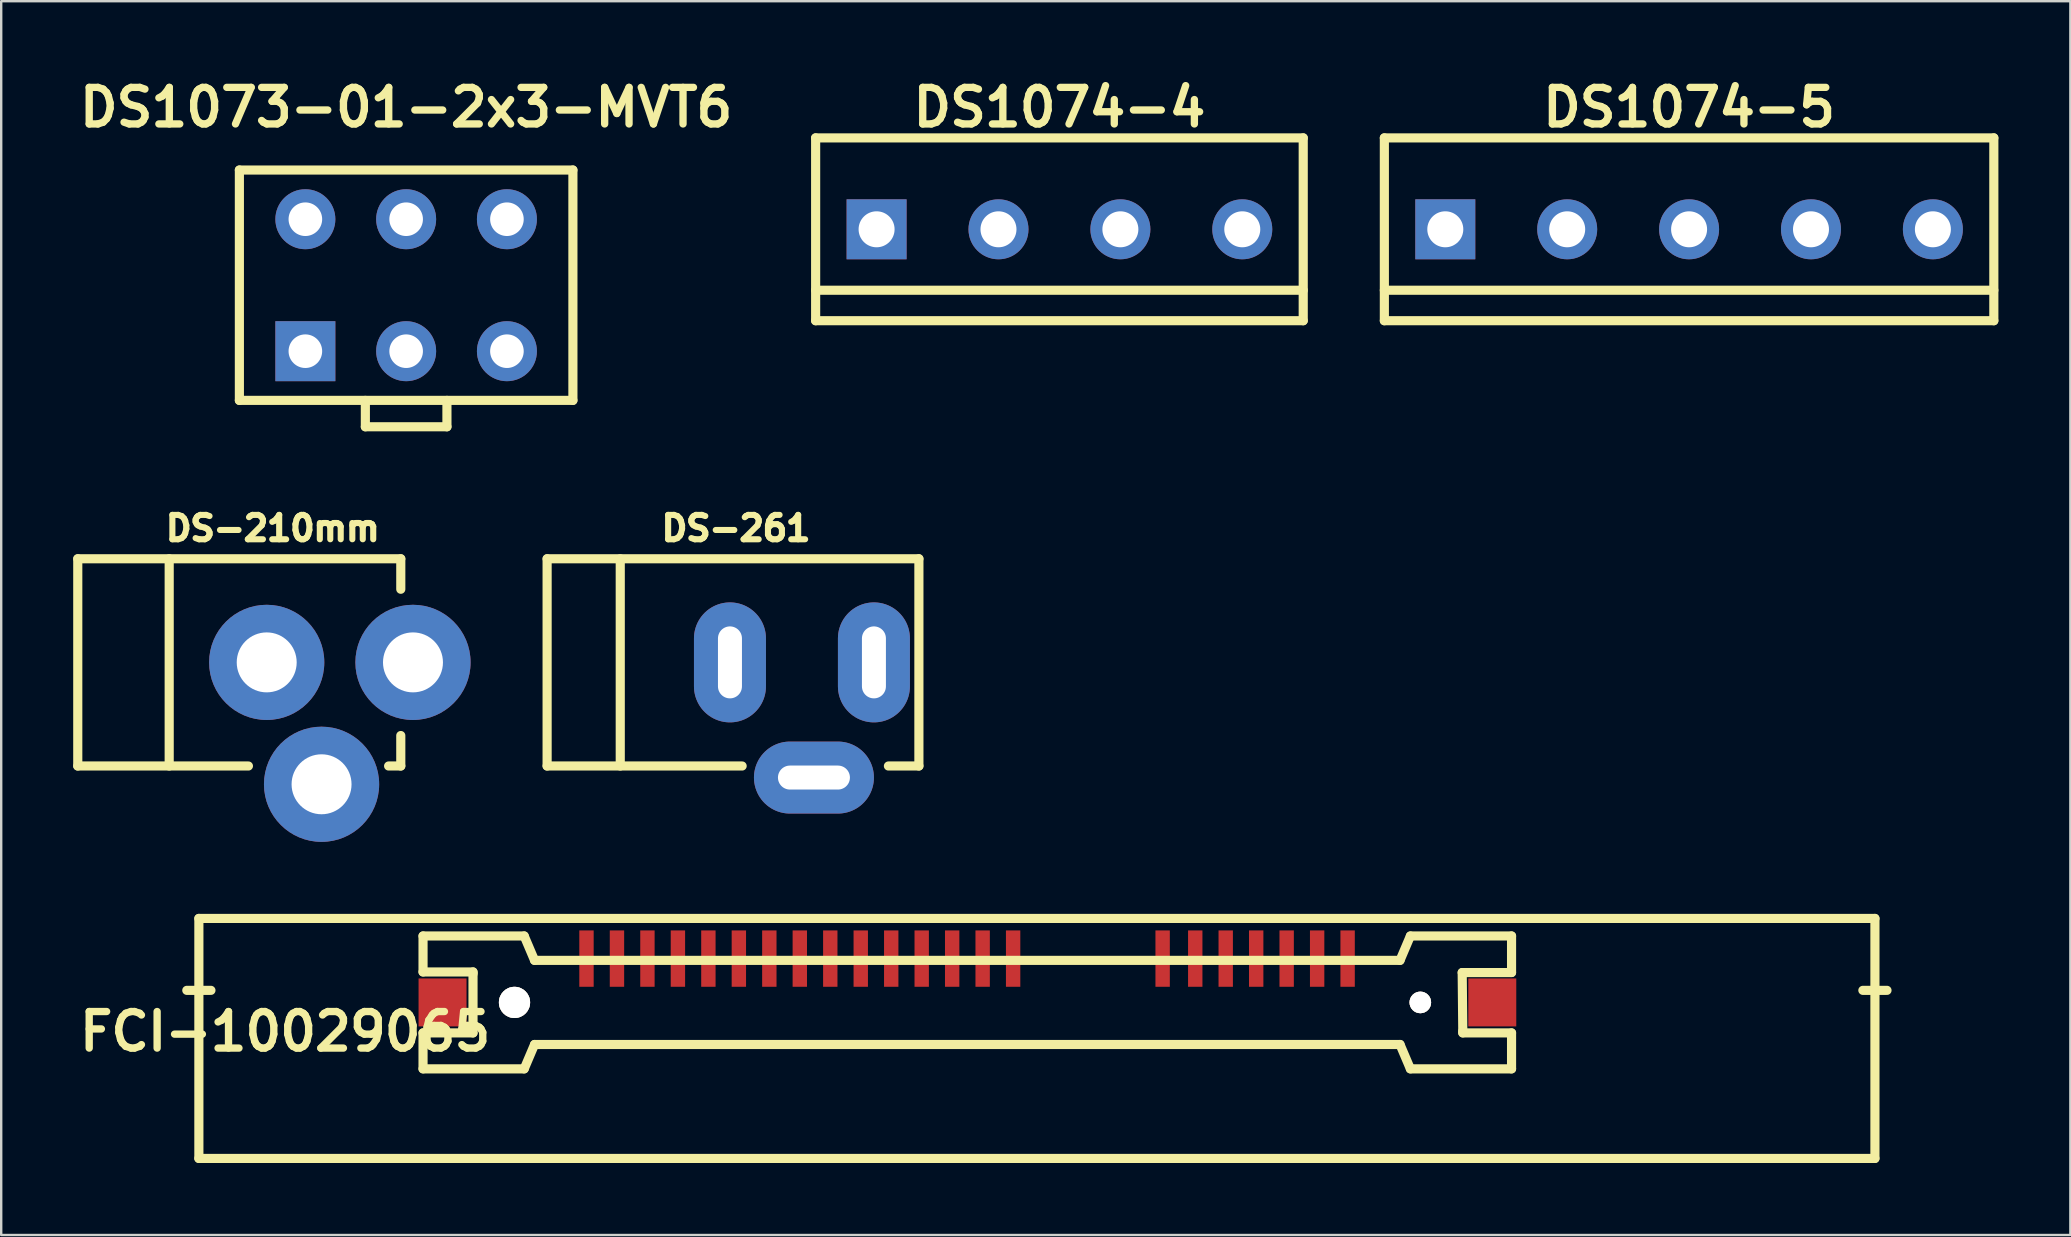
<source format=kicad_pcb>
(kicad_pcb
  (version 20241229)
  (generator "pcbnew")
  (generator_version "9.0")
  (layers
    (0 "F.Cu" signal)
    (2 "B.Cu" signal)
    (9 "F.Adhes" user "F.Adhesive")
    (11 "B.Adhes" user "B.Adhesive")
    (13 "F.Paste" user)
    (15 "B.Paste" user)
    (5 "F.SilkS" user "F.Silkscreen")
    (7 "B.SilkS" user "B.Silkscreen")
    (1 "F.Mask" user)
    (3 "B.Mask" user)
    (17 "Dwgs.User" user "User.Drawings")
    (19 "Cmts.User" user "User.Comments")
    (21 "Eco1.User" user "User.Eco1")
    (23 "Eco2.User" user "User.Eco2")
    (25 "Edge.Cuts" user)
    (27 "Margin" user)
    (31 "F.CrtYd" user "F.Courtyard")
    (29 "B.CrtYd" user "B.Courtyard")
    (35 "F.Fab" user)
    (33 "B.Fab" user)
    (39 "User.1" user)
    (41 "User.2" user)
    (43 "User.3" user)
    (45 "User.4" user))
  (footprint "DS1074-5"
    (layer "F.Cu")
    (at 67.343 6.506)
    (property "Reference" "DS1074-5" (at 0 -5.08 0) (layer "F.SilkS") (effects (font (size 1.524 1.524) (thickness 0.305))))
    (attr through_hole)
    (fp_line (start -12.7 -3.81) (end 12.7 -3.81) (stroke (width 0.381) (type solid)) (layer "F.SilkS"))
    (fp_line (start -12.7 3.81) (end -12.7 -3.81) (stroke (width 0.381) (type solid)) (layer "F.SilkS"))
    (fp_line (start -12.7 3.81) (end 12.7 3.81) (stroke (width 0.381) (type solid)) (layer "F.SilkS"))
    (fp_line (start 12.7 2.54) (end -12.7 2.54) (stroke (width 0.381) (type solid)) (layer "F.SilkS"))
    (fp_line (start 12.7 3.81) (end 12.7 -3.81) (stroke (width 0.381) (type solid)) (layer "F.SilkS"))
    (pad "1" thru_hole rect (at -10.16 0) (size 2.5 2.5) (drill 1.5) (layers "*.Cu" "*.Mask"))
    (pad "2" thru_hole circle (at -5.08 0) (size 2.5 2.5) (drill 1.5) (layers "*.Cu" "*.Mask"))
    (pad "3" thru_hole circle (at 0 0) (size 2.5 2.5) (drill 1.5) (layers "*.Cu" "*.Mask"))
    (pad "4" thru_hole circle (at 5.08 0) (size 2.5 2.5) (drill 1.5) (layers "*.Cu" "*.Mask"))
    (pad "5" thru_hole circle (at 10.16 0) (size 2.5 2.5) (drill 1.5) (layers "*.Cu" "*.Mask")))
  (footprint "FCI-10029065"
    (layer "F.Cu")
    (at 35.362 38.726)
    (property "Reference" "FCI-10029065" (at -26.53 1.214 0) (layer "F.SilkS") (effects (font (size 1.524 1.524) (thickness 0.305))))
    (attr through_hole)
    (fp_line (start -30.627 -0.503) (end -29.621 -0.503) (stroke (width 0.381) (type solid)) (layer "F.SilkS"))
    (fp_line (start -30.124 -3.5) (end 39.726 -3.5) (stroke (width 0.381) (type solid)) (layer "F.SilkS"))
    (fp_line (start -30.124 6.502) (end -30.124 -3.5) (stroke (width 0.381) (type solid)) (layer "F.SilkS"))
    (fp_line (start -20.782 -2.769) (end -16.566 -2.769) (stroke (width 0.381) (type solid)) (layer "F.SilkS"))
    (fp_line (start -20.782 -1.27) (end -20.782 -2.769) (stroke (width 0.381) (type solid)) (layer "F.SilkS"))
    (fp_line (start -20.782 1.27) (end -18.699 1.27) (stroke (width 0.381) (type solid)) (layer "F.SilkS"))
    (fp_line (start -20.782 2.769) (end -20.782 1.27) (stroke (width 0.381) (type solid)) (layer "F.SilkS"))
    (fp_line (start -18.699 -1.27) (end -20.782 -1.27) (stroke (width 0.381) (type solid)) (layer "F.SilkS"))
    (fp_line (start -18.699 -1.194) (end -18.699 -1.27) (stroke (width 0.381) (type solid)) (layer "F.SilkS"))
    (fp_line (start -18.699 1.27) (end -18.699 -1.194) (stroke (width 0.381) (type solid)) (layer "F.SilkS"))
    (fp_line (start -16.566 -2.769) (end -16.134 -1.753) (stroke (width 0.381) (type solid)) (layer "F.SilkS"))
    (fp_line (start -16.566 2.769) (end -20.782 2.769) (stroke (width 0.381) (type solid)) (layer "F.SilkS"))
    (fp_line (start -16.134 -1.753) (end 19.934 -1.753) (stroke (width 0.381) (type solid)) (layer "F.SilkS"))
    (fp_line (start -16.134 1.753) (end -16.566 2.769) (stroke (width 0.381) (type solid)) (layer "F.SilkS"))
    (fp_line (start 19.934 -1.753) (end 20.366 -2.769) (stroke (width 0.381) (type solid)) (layer "F.SilkS"))
    (fp_line (start 19.934 1.753) (end -16.134 1.753) (stroke (width 0.381) (type solid)) (layer "F.SilkS"))
    (fp_line (start 20.366 -2.769) (end 24.582 -2.769) (stroke (width 0.381) (type solid)) (layer "F.SilkS"))
    (fp_line (start 20.366 2.769) (end 19.934 1.753) (stroke (width 0.381) (type solid)) (layer "F.SilkS"))
    (fp_line (start 22.525 -1.245) (end 22.55 1.194) (stroke (width 0.381) (type solid)) (layer "F.SilkS"))
    (fp_line (start 22.55 1.194) (end 22.55 1.27) (stroke (width 0.381) (type solid)) (layer "F.SilkS"))
    (fp_line (start 22.55 1.27) (end 24.582 1.27) (stroke (width 0.381) (type solid)) (layer "F.SilkS"))
    (fp_line (start 24.582 -2.769) (end 24.582 -1.245) (stroke (width 0.381) (type solid)) (layer "F.SilkS"))
    (fp_line (start 24.582 -1.245) (end 22.525 -1.245) (stroke (width 0.381) (type solid)) (layer "F.SilkS"))
    (fp_line (start 24.582 1.27) (end 24.582 2.769) (stroke (width 0.381) (type solid)) (layer "F.SilkS"))
    (fp_line (start 24.582 2.769) (end 20.366 2.769) (stroke (width 0.381) (type solid)) (layer "F.SilkS"))
    (fp_line (start 39.223 -0.503) (end 40.229 -0.503) (stroke (width 0.381) (type solid)) (layer "F.SilkS"))
    (fp_line (start 39.726 -3.5) (end 39.726 6.502) (stroke (width 0.381) (type solid)) (layer "F.SilkS"))
    (fp_line (start 39.726 6.502) (end -30.124 6.502) (stroke (width 0.381) (type solid)) (layer "F.SilkS"))
    (pad "" smd rect (at -19.969 0) (size 1.999 1.999) (layers "F.Cu" "F.Mask" "F.Paste"))
    (pad "" thru_hole circle (at -16.97 0) (size 1.3 1.3) (drill 1.3) (layers "*.Cu" "*.Mask" "F.SilkS"))
    (pad "" thru_hole circle (at 20.78 0) (size 0.899 0.899) (drill 0.899) (layers "*.Cu" "*.Mask" "F.SilkS"))
    (pad "" smd rect (at 23.779 0) (size 1.999 1.999) (layers "F.Cu" "F.Mask" "F.Paste"))
    (pad "P1" smd rect (at 3.81 -1.826) (size 0.599 2.349) (layers "F.Cu" "F.Mask" "F.Paste"))
    (pad "P2" smd rect (at 2.54 -1.826) (size 0.599 2.349) (layers "F.Cu" "F.Mask" "F.Paste"))
    (pad "P3" smd rect (at 1.27 -1.826) (size 0.599 2.349) (layers "F.Cu" "F.Mask" "F.Paste"))
    (pad "P4" smd rect (at 0 -1.826) (size 0.599 2.349) (layers "F.Cu" "F.Mask" "F.Paste"))
    (pad "P5" smd rect (at -1.27 -1.826) (size 0.599 2.349) (layers "F.Cu" "F.Mask" "F.Paste"))
    (pad "P6" smd rect (at -2.54 -1.826) (size 0.599 2.349) (layers "F.Cu" "F.Mask" "F.Paste"))
    (pad "P7" smd rect (at -3.81 -1.826) (size 0.599 2.349) (layers "F.Cu" "F.Mask" "F.Paste"))
    (pad "P8" smd rect (at -5.08 -1.826) (size 0.599 2.349) (layers "F.Cu" "F.Mask" "F.Paste"))
    (pad "P9" smd rect (at -6.35 -1.826) (size 0.599 2.349) (layers "F.Cu" "F.Mask" "F.Paste"))
    (pad "P10" smd rect (at -7.62 -1.826) (size 0.599 2.349) (layers "F.Cu" "F.Mask" "F.Paste"))
    (pad "P11" smd rect (at -8.89 -1.826) (size 0.599 2.349) (layers "F.Cu" "F.Mask" "F.Paste"))
    (pad "P12" smd rect (at -10.16 -1.826) (size 0.599 2.349) (layers "F.Cu" "F.Mask" "F.Paste"))
    (pad "P13" smd rect (at -11.43 -1.826) (size 0.599 2.349) (layers "F.Cu" "F.Mask" "F.Paste"))
    (pad "P14" smd rect (at -12.7 -1.826) (size 0.599 2.349) (layers "F.Cu" "F.Mask" "F.Paste"))
    (pad "P15" smd rect (at -13.97 -1.826) (size 0.599 2.349) (layers "F.Cu" "F.Mask" "F.Paste"))
    (pad "S1" smd rect (at 17.75 -1.826) (size 0.599 2.349) (layers "F.Cu" "F.Mask" "F.Paste"))
    (pad "S2" smd rect (at 16.48 -1.826) (size 0.599 2.349) (layers "F.Cu" "F.Mask" "F.Paste"))
    (pad "S3" smd rect (at 15.21 -1.826) (size 0.599 2.349) (layers "F.Cu" "F.Mask" "F.Paste"))
    (pad "S4" smd rect (at 13.94 -1.826) (size 0.599 2.349) (layers "F.Cu" "F.Mask" "F.Paste"))
    (pad "S5" smd rect (at 12.67 -1.826) (size 0.599 2.349) (layers "F.Cu" "F.Mask" "F.Paste"))
    (pad "S6" smd rect (at 11.4 -1.826) (size 0.599 2.349) (layers "F.Cu" "F.Mask" "F.Paste"))
    (pad "S7" smd rect (at 10.041 -1.826) (size 0.599 2.349) (layers "F.Cu" "F.Mask" "F.Paste")))
  (footprint "DS1073-01-2x3-MVT6"
    (layer "F.Cu")
    (at 13.876 11.586)
    (property "Reference" "DS1073-01-2x3-MVT6" (at 0 -10.16 0) (layer "F.SilkS") (effects (font (size 1.524 1.524) (thickness 0.305))))
    (attr through_hole)
    (fp_line (start -6.95 -7.55) (end -6.95 2.05) (stroke (width 0.381) (type solid)) (layer "F.SilkS"))
    (fp_line (start -6.95 2.05) (end 6.95 2.05) (stroke (width 0.381) (type solid)) (layer "F.SilkS"))
    (fp_line (start -1.7 3.15) (end -1.7 2.05) (stroke (width 0.381) (type solid)) (layer "F.SilkS"))
    (fp_line (start -1.7 3.15) (end 1.7 3.15) (stroke (width 0.381) (type solid)) (layer "F.SilkS"))
    (fp_line (start 1.7 3.15) (end 1.7 2.05) (stroke (width 0.381) (type solid)) (layer "F.SilkS"))
    (fp_line (start 6.95 -7.55) (end -6.95 -7.55) (stroke (width 0.381) (type solid)) (layer "F.SilkS"))
    (fp_line (start 6.95 2.05) (end 6.95 -7.55) (stroke (width 0.381) (type solid)) (layer "F.SilkS"))
    (pad "1" thru_hole rect (at -4.2 0) (size 2.5 2.5) (drill 1.4) (layers "*.Cu" "*.Mask"))
    (pad "2" thru_hole circle (at -4.2 -5.5) (size 2.5 2.5) (drill 1.4) (layers "*.Cu" "*.Mask"))
    (pad "3" thru_hole circle (at 0 0) (size 2.5 2.5) (drill 1.4) (layers "*.Cu" "*.Mask"))
    (pad "4" thru_hole circle (at 0 -5.5) (size 2.5 2.5) (drill 1.4) (layers "*.Cu" "*.Mask"))
    (pad "5" thru_hole circle (at 4.2 0) (size 2.5 2.5) (drill 1.4) (layers "*.Cu" "*.Mask"))
    (pad "6" thru_hole circle (at 4.2 -5.5) (size 2.5 2.5) (drill 1.4) (layers "*.Cu" "*.Mask")))
  (footprint "DS-210mm"
    (layer "F.Cu")
    (at 8.065 24.555)
    (property "Reference" "DS-210mm" (at 0.254 -5.588 0) (layer "F.SilkS") (effects (font (size 1.016 1.016) (thickness 0.254))))
    (attr through_hole)
    (fp_line (start -7.874 -4.318) (end -7.874 4.318) (stroke (width 0.381) (type solid)) (layer "F.SilkS"))
    (fp_line (start -7.874 -4.318) (end 5.588 -4.318) (stroke (width 0.381) (type solid)) (layer "F.SilkS"))
    (fp_line (start -7.874 4.318) (end -0.762 4.318) (stroke (width 0.381) (type solid)) (layer "F.SilkS"))
    (fp_line (start -4.064 -4.318) (end -4.064 4.318) (stroke (width 0.381) (type solid)) (layer "F.SilkS"))
    (fp_line (start 5.588 -4.318) (end 5.588 -3.048) (stroke (width 0.381) (type solid)) (layer "F.SilkS"))
    (fp_line (start 5.588 3.048) (end 5.588 4.318) (stroke (width 0.381) (type solid)) (layer "F.SilkS"))
    (fp_line (start 5.588 4.318) (end 5.08 4.318) (stroke (width 0.381) (type solid)) (layer "F.SilkS"))
    (pad "1" thru_hole circle (at 6.096 0) (size 4.801 4.801) (drill oval 2.499) (layers "*.Cu" "*.Mask"))
    (pad "2" thru_hole circle (at 0 0) (size 4.801 4.801) (drill oval 2.499) (layers "*.Cu" "*.Mask"))
    (pad "3" thru_hole circle (at 2.286 5.08) (size 4.801 4.801) (drill oval 2.499) (layers "*.Cu" "*.Mask")))
  (footprint "DS-261"
    (layer "F.Cu")
    (at 27.371 24.555)
    (property "Reference" "DS-261" (at 0.254 -5.588 0) (layer "F.SilkS") (effects (font (size 1.016 1.016) (thickness 0.254))))
    (attr through_hole)
    (fp_line (start -7.62 -4.318) (end -7.62 4.318) (stroke (width 0.381) (type solid)) (layer "F.SilkS"))
    (fp_line (start -7.62 -4.318) (end 7.874 -4.318) (stroke (width 0.381) (type solid)) (layer "F.SilkS"))
    (fp_line (start -7.62 4.318) (end 0.508 4.318) (stroke (width 0.381) (type solid)) (layer "F.SilkS"))
    (fp_line (start -4.572 -4.318) (end -4.572 4.318) (stroke (width 0.381) (type solid)) (layer "F.SilkS"))
    (fp_line (start 7.874 -4.318) (end 7.874 4.318) (stroke (width 0.381) (type solid)) (layer "F.SilkS"))
    (fp_line (start 7.874 4.318) (end 6.604 4.318) (stroke (width 0.381) (type solid)) (layer "F.SilkS"))
    (pad "1" thru_hole oval (at 6 0) (size 3 5) (drill oval 1 3) (layers "*.Cu" "*.Mask"))
    (pad "2" thru_hole oval (at 0 0) (size 3 5) (drill oval 1 3) (layers "*.Cu" "*.Mask"))
    (pad "3" thru_hole oval (at 3.5 4.8) (size 5 3) (drill oval 3 1) (layers "*.Cu" "*.Mask")))
  (footprint "DS1074-4"
    (layer "F.Cu")
    (at 41.102 6.506)
    (property "Reference" "DS1074-4" (at 0 -5.08 0) (layer "F.SilkS") (effects (font (size 1.524 1.524) (thickness 0.305))))
    (attr through_hole)
    (fp_line (start -10.16 -3.81) (end 10.16 -3.81) (stroke (width 0.381) (type solid)) (layer "F.SilkS"))
    (fp_line (start -10.16 3.81) (end -10.16 -3.81) (stroke (width 0.381) (type solid)) (layer "F.SilkS"))
    (fp_line (start -10.16 3.81) (end 10.16 3.81) (stroke (width 0.381) (type solid)) (layer "F.SilkS"))
    (fp_line (start 10.16 2.54) (end -10.16 2.54) (stroke (width 0.381) (type solid)) (layer "F.SilkS"))
    (fp_line (start 10.16 3.81) (end 10.16 -3.81) (stroke (width 0.381) (type solid)) (layer "F.SilkS"))
    (pad "1" thru_hole rect (at -7.62 0) (size 2.5 2.5) (drill 1.5) (layers "*.Cu" "*.Mask"))
    (pad "2" thru_hole circle (at -2.54 0) (size 2.5 2.5) (drill 1.5) (layers "*.Cu" "*.Mask"))
    (pad "3" thru_hole circle (at 2.54 0) (size 2.5 2.5) (drill 1.5) (layers "*.Cu" "*.Mask"))
    (pad "4" thru_hole circle (at 7.62 0) (size 2.5 2.5) (drill 1.5) (layers "*.Cu" "*.Mask")))
  (gr_rect
    (start -3 -3)
    (end 83.233 48.419)
    (stroke (width 0.1) (type default))
    (fill no)
    (layer "Edge.Cuts")))
</source>
